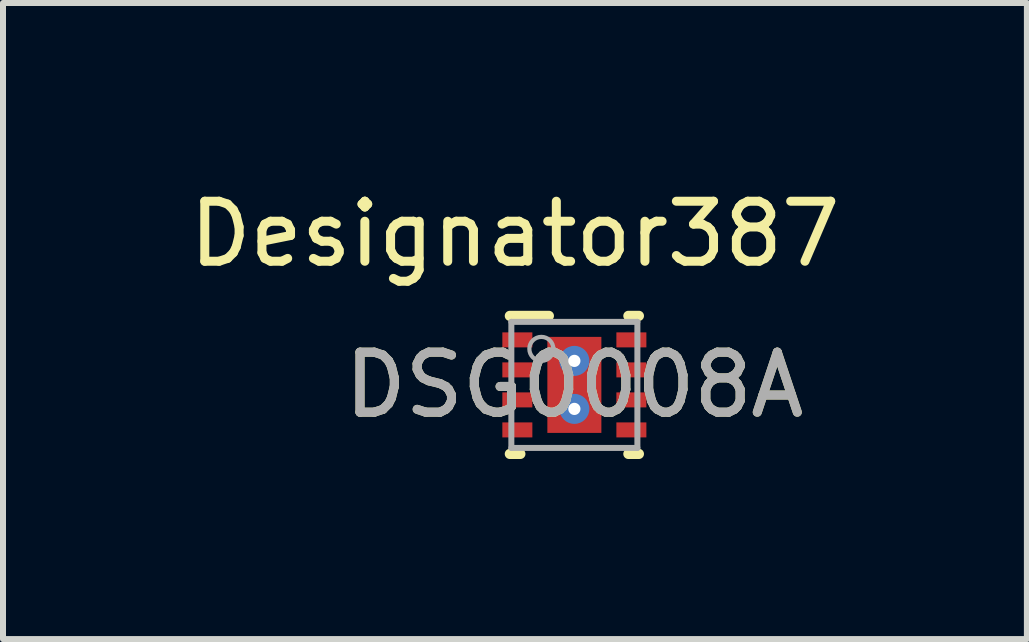
<source format=kicad_pcb>
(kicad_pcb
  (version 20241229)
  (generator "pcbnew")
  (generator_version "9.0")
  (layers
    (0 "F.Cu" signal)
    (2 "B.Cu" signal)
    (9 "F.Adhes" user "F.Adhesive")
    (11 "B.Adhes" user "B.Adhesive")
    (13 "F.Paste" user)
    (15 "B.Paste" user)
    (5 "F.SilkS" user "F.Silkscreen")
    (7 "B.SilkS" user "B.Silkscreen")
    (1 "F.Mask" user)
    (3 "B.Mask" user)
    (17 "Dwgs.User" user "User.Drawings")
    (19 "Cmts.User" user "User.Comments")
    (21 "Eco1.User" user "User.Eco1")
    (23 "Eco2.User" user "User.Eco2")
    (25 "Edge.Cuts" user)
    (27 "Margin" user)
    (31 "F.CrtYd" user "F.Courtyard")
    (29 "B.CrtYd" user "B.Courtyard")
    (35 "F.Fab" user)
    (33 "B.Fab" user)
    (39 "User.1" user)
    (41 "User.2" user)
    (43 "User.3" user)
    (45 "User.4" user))
  (footprint "DSG0008A"
    (layer "F.Cu")
    (at 6.52 3.363)
    (property "Reference" "DSG0008A" (at 0 0 0) (unlocked yes) (layer "F.SilkS") (effects (font (size 1 1) (thickness 0.15))))
    (attr smd)
    (fp_line (start -1.075 -1.15) (end -0.425 -1.15) (stroke (width 0.17) (type solid)) (layer "F.SilkS"))
    (fp_line (start -1.075 1.15) (end -0.9 1.15) (stroke (width 0.17) (type solid)) (layer "F.SilkS"))
    (fp_line (start 0.9 -1.15) (end 1.075 -1.15) (stroke (width 0.17) (type solid)) (layer "F.SilkS"))
    (fp_line (start 0.9 1.15) (end 1.075 1.15) (stroke (width 0.17) (type solid)) (layer "F.SilkS"))
    (fp_poly (pts (xy -0.427 0.733) (xy 0.427 0.733) (xy 0.427 -0.733) (xy -0.427 -0.733)) (stroke (width 0) (type solid)) (fill yes) (layer "F.Paste"))
    (fp_line (start -1.05 -1.05) (end 1.05 -1.05) (stroke (width 0.1) (type solid)) (layer "F.Fab"))
    (fp_line (start -1.05 1.05) (end -1.05 -1.05) (stroke (width 0.1) (type solid)) (layer "F.Fab"))
    (fp_line (start -1.05 1.05) (end 1.05 1.05) (stroke (width 0.1) (type solid)) (layer "F.Fab"))
    (fp_line (start 1.05 1.05) (end 1.05 -1.05) (stroke (width 0.1) (type solid)) (layer "F.Fab"))
    (fp_circle (center -0.55 -0.6) (end -0.35 -0.6) (stroke (width 0.07) (type solid)) (fill no) (layer "F.Fab"))
    (fp_text user "Designator387" (at -0.991 -2.515 0) (unlocked yes) (layer "F.SilkS") (effects (font (size 1 1) (thickness 0.15))))
    (fp_text user "${REFERENCE}" (at 0 0 0) (unlocked yes) (layer "F.Fab") (effects (font (size 1 1) (thickness 0.15))))
    (pad "1" smd rect (at -0.95 -0.75 90) (size 0.25 0.5) (layers "F.Cu" "F.Mask" "F.Paste"))
    (pad "2" smd rect (at -0.95 -0.25 90) (size 0.25 0.5) (layers "F.Cu" "F.Mask" "F.Paste"))
    (pad "3" smd rect (at -0.95 0.25 90) (size 0.25 0.5) (layers "F.Cu" "F.Mask" "F.Paste"))
    (pad "4" smd rect (at -0.95 0.75 90) (size 0.25 0.5) (layers "F.Cu" "F.Mask" "F.Paste"))
    (pad "5" smd rect (at 0.95 0.75 90) (size 0.25 0.5) (layers "F.Cu" "F.Mask" "F.Paste"))
    (pad "6" smd rect (at 0.95 0.25 90) (size 0.25 0.5) (layers "F.Cu" "F.Mask" "F.Paste"))
    (pad "7" smd rect (at 0.95 -0.25 90) (size 0.25 0.5) (layers "F.Cu" "F.Mask" "F.Paste"))
    (pad "8" smd rect (at 0.95 -0.75 90) (size 0.25 0.5) (layers "F.Cu" "F.Mask" "F.Paste"))
    (pad "9" smd rect (at 0 -0.000003) (size 0.9 1.6) (layers "F.Cu" "F.Mask" "F.Paste"))
    (pad "V" thru_hole circle (at 0 -0.4) (size 0.5 0.5) (drill 0.203) (layers "*.Cu" "*.Mask"))
    (pad "V" thru_hole circle (at 0 0.4) (size 0.5 0.5) (drill 0.203) (layers "*.Cu" "*.Mask")))
  (gr_rect
    (start -3 -3)
    (end 14.06 7.598)
    (stroke (width 0.1) (type default))
    (fill no)
    (layer "Edge.Cuts")))
</source>
